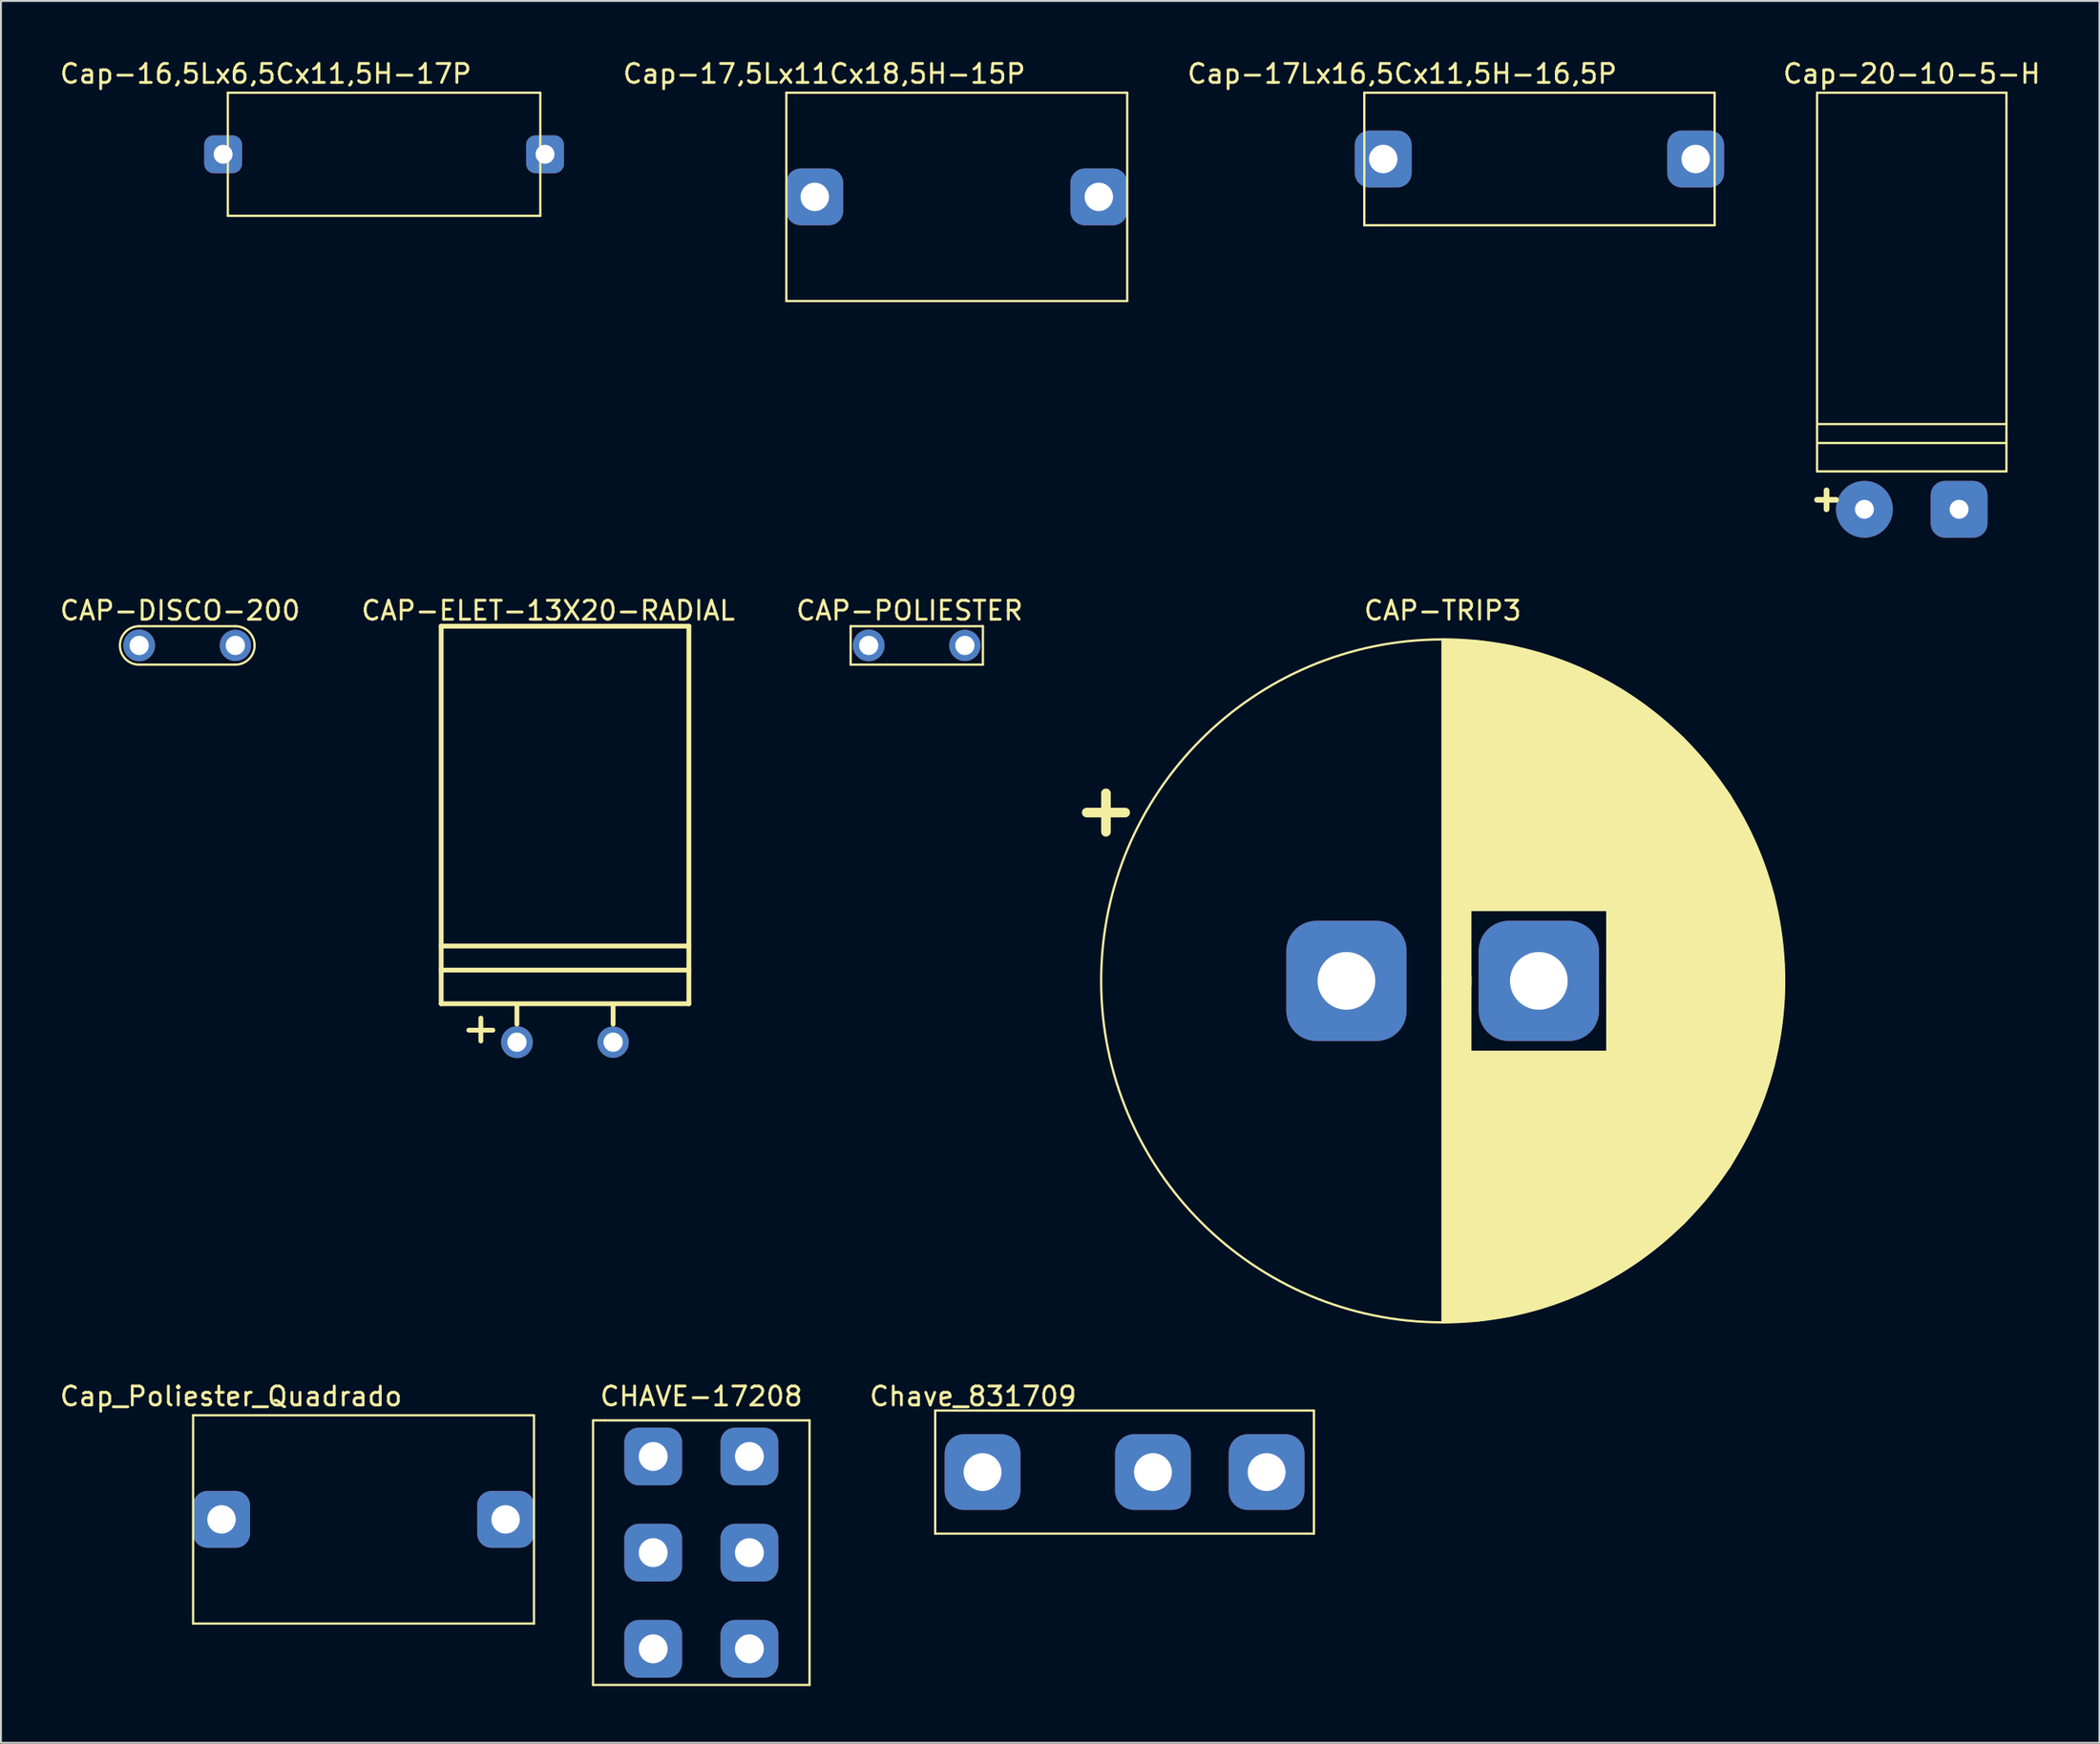
<source format=kicad_pcb>
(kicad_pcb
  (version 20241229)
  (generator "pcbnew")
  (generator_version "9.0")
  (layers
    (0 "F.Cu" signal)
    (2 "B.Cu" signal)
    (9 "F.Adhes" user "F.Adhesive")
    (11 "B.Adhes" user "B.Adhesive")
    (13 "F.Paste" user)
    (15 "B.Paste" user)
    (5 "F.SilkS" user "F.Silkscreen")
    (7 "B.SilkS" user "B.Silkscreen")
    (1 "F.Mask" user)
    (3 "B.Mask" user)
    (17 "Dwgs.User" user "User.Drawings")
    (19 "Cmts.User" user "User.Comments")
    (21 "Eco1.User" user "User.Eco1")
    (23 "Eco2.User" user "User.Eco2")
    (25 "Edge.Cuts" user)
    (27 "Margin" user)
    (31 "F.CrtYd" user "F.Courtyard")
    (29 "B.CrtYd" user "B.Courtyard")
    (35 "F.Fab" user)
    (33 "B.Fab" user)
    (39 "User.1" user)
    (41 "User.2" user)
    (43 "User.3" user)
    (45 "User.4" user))
  (footprint "Cap_Poliester_Quadrado"
    (layer "F.Cu")
    (at 7.149 82.697)
    (property "Reference" "Cap_Poliester_Quadrado" (at 2 -12 0) (layer "F.SilkS") (effects (font (size 1 1) (thickness 0.15))))
    (attr through_hole)
    (fp_line (start 0 -11) (end 18 -11) (stroke (width 0.12) (type solid)) (layer "F.SilkS"))
    (fp_line (start 0 0) (end 0 -11) (stroke (width 0.12) (type solid)) (layer "F.SilkS"))
    (fp_line (start 18 -11) (end 18 0) (stroke (width 0.12) (type solid)) (layer "F.SilkS"))
    (fp_line (start 18 0) (end 0 0) (stroke (width 0.12) (type solid)) (layer "F.SilkS"))
    (pad "1" thru_hole roundrect (at 1.5 -5.5) (size 3 3) (drill 1.5) (layers "*.Cu" "*.Mask") (roundrect_rratio 0.25))
    (pad "2" thru_hole roundrect (at 16.5 -5.5) (size 3 3) (drill 1.5) (layers "*.Cu" "*.Mask") (roundrect_rratio 0.25)))
  (footprint "Cap-20-10-5-H"
    (layer "F.Cu")
    (at 97.905 21.848)
    (property "Reference" "Cap-20-10-5-H" (at 0 -21 0) (layer "F.SilkS") (effects (font (size 1 1) (thickness 0.15))))
    (attr through_hole)
    (fp_line (start -5 -20) (end -5 0) (stroke (width 0.12) (type solid)) (layer "F.SilkS"))
    (fp_line (start -5 -1.5) (end 5 -1.5) (stroke (width 0.12) (type solid)) (layer "F.SilkS"))
    (fp_line (start -5 0) (end 5 0) (stroke (width 0.12) (type solid)) (layer "F.SilkS"))
    (fp_line (start -5 1.5) (end -4 1.5) (stroke (width 0.3) (type solid)) (layer "F.SilkS"))
    (fp_line (start -4.5 1) (end -4.5 2) (stroke (width 0.3) (type solid)) (layer "F.SilkS"))
    (fp_line (start 5 -20) (end -5 -20) (stroke (width 0.12) (type solid)) (layer "F.SilkS"))
    (fp_line (start 5 -2.5) (end -5 -2.5) (stroke (width 0.12) (type solid)) (layer "F.SilkS"))
    (fp_line (start 5 0) (end 5 -20) (stroke (width 0.12) (type solid)) (layer "F.SilkS"))
    (pad "1" thru_hole circle (at -2.5 2) (size 3 3) (drill 1) (layers "*.Cu" "*.Mask"))
    (pad "2" thru_hole roundrect (at 2.5 2) (size 3 3) (drill 1) (layers "*.Cu" "*.Mask") (roundrect_rratio 0.25)))
  (footprint "Cap-17,5Lx11Cx18,5H-15P"
    (layer "F.Cu")
    (at 38.476 12.848)
    (property "Reference" "Cap-17,5Lx11Cx18,5H-15P" (at 2 -12 0) (layer "F.SilkS") (effects (font (size 1 1) (thickness 0.15))))
    (attr through_hole)
    (fp_line (start 0 -11) (end 18 -11) (stroke (width 0.12) (type solid)) (layer "F.SilkS"))
    (fp_line (start 0 0) (end 0 -11) (stroke (width 0.12) (type solid)) (layer "F.SilkS"))
    (fp_line (start 18 -11) (end 18 0) (stroke (width 0.12) (type solid)) (layer "F.SilkS"))
    (fp_line (start 18 0) (end 0 0) (stroke (width 0.12) (type solid)) (layer "F.SilkS"))
    (pad "1" thru_hole roundrect (at 1.5 -5.5) (size 3 3) (drill 1.5) (layers "*.Cu" "*.Mask") (roundrect_rratio 0.25))
    (pad "2" thru_hole roundrect (at 16.5 -5.5) (size 3 3) (drill 1.5) (layers "*.Cu" "*.Mask") (roundrect_rratio 0.25)))
  (footprint "CHAVE-17208"
    (layer "F.Cu")
    (at 31.444 78.952)
    (property "Reference" "CHAVE-17208" (at 2.54 -8.255 0) (layer "F.SilkS") (effects (font (size 1 1) (thickness 0.15))))
    (attr through_hole)
    (fp_line (start -3.175 -6.985) (end -3.175 6.985) (stroke (width 0.12) (type solid)) (layer "F.SilkS"))
    (fp_line (start -3.175 6.985) (end 8.255 6.985) (stroke (width 0.12) (type solid)) (layer "F.SilkS"))
    (fp_line (start -2.54 -6.985) (end -3.175 -6.985) (stroke (width 0.12) (type solid)) (layer "F.SilkS"))
    (fp_line (start 8.255 -6.985) (end -2.54 -6.985) (stroke (width 0.12) (type solid)) (layer "F.SilkS"))
    (fp_line (start 8.255 6.985) (end 8.255 -6.985) (stroke (width 0.12) (type solid)) (layer "F.SilkS"))
    (pad "1" thru_hole roundrect (at 0 -5.08) (size 3.048 3.048) (drill 1.524) (layers "*.Cu" "*.Mask") (roundrect_rratio 0.25))
    (pad "2" thru_hole roundrect (at 5.08 -5.08) (size 3.048 3.048) (drill 1.524) (layers "*.Cu" "*.Mask") (roundrect_rratio 0.25))
    (pad "3" thru_hole roundrect (at 0 0) (size 3.048 3.048) (drill 1.524) (layers "*.Cu" "*.Mask") (roundrect_rratio 0.25))
    (pad "4" thru_hole roundrect (at 5.08 0) (size 3.048 3.048) (drill 1.524) (layers "*.Cu" "*.Mask") (roundrect_rratio 0.25))
    (pad "5" thru_hole roundrect (at 0 5.08) (size 3.048 3.048) (drill 1.524) (layers "*.Cu" "*.Mask") (roundrect_rratio 0.25))
    (pad "6" thru_hole roundrect (at 5.08 5.08) (size 3.048 3.048) (drill 1.524) (layers "*.Cu" "*.Mask") (roundrect_rratio 0.25)))
  (footprint "Cap-16,5Lx6,5Cx11,5H-17P"
    (layer "F.Cu")
    (at 8.982 8.348)
    (property "Reference" "Cap-16,5Lx6,5Cx11,5H-17P" (at 2 -7.5 0) (layer "F.SilkS") (effects (font (size 1 1) (thickness 0.15))))
    (attr through_hole)
    (fp_line (start 0 -6.5) (end 16.5 -6.5) (stroke (width 0.12) (type solid)) (layer "F.SilkS"))
    (fp_line (start 0 0) (end 0 -6.5) (stroke (width 0.12) (type solid)) (layer "F.SilkS"))
    (fp_line (start 16.5 -6.5) (end 16.5 0) (stroke (width 0.12) (type solid)) (layer "F.SilkS"))
    (fp_line (start 16.5 0) (end 0 0) (stroke (width 0.12) (type solid)) (layer "F.SilkS"))
    (pad "1" thru_hole roundrect (at -0.25 -3.25) (size 2 2) (drill 1) (layers "*.Cu" "*.Mask") (roundrect_rratio 0.25))
    (pad "2" thru_hole roundrect (at 16.75 -3.25) (size 2 2) (drill 1) (layers "*.Cu" "*.Mask") (roundrect_rratio 0.25)))
  (footprint "CAP-TRIP3"
    (layer "F.Cu")
    (at 73.133 55.105)
    (property "Reference" "CAP-TRIP3" (at 0 -25.908 0) (layer "F.SilkS") (effects (font (size 1 1) (thickness 0.15))))
    (attr through_hole)
    (fp_line (start -18.796 -15.24) (end -16.764 -15.24) (stroke (width 0.508) (type solid)) (layer "F.SilkS"))
    (fp_line (start -17.78 -16.256) (end -17.78 -14.224) (stroke (width 0.508) (type solid)) (layer "F.SilkS"))
    (fp_line (start 0 11.684) (end 0 -24.384) (stroke (width 0.12) (type solid)) (layer "F.SilkS"))
    (fp_circle (center 0 -6.35) (end 18.034 -6.35) (stroke (width 0.12) (type solid)) (fill no) (layer "F.SilkS"))
    (fp_poly (pts (xy 0 -6.604) (xy 1.473 -6.604) (xy 1.47 -3.365) (xy 1.473 -2.616) (xy 8.687 -2.616) (xy 8.687 -6.617) (xy 18.009 -6.604) (xy 18.009 -5.436) (xy 17.805 -3.531) (xy 17.475 -1.854) (xy 16.866 0) (xy 16.129 1.702) (xy 15.164 3.454) (xy 13.868 5.182) (xy 12.725 6.452) (xy 11.354 7.645) (xy 10.236 8.484) (xy 8.661 9.449) (xy 7.264 10.16) (xy 5.182 10.922) (xy 3.632 11.328) (xy 1.93 11.582) (xy 0 11.684)) (stroke (width 0.1) (type solid)) (fill yes) (layer "F.SilkS"))
    (fp_poly (pts (xy 0 -6.096) (xy 1.473 -6.096) (xy 1.47 -9.335) (xy 1.473 -10.084) (xy 8.687 -10.084) (xy 8.687 -6.083) (xy 18.009 -6.096) (xy 18.009 -7.264) (xy 17.805 -9.169) (xy 17.475 -10.846) (xy 16.866 -12.7) (xy 16.129 -14.402) (xy 15.164 -16.154) (xy 13.868 -17.882) (xy 12.725 -19.152) (xy 11.354 -20.345) (xy 10.236 -21.184) (xy 8.661 -22.149) (xy 7.264 -22.86) (xy 5.182 -23.622) (xy 3.632 -24.028) (xy 1.93 -24.282) (xy 0 -24.384)) (stroke (width 0.1) (type solid)) (fill yes) (layer "F.SilkS"))
    (pad "1" thru_hole roundrect (at -5.08 -6.35) (size 6.35 6.35) (drill 3.048) (layers "*.Cu" "*.Mask") (roundrect_rratio 0.25))
    (pad "2" thru_hole roundrect (at 5.08 -6.35) (size 6.35 6.35) (drill 3.048) (layers "*.Cu" "*.Mask") (roundrect_rratio 0.25)))
  (footprint "Cap-17Lx16,5Cx11,5H-16,5P"
    (layer "F.Cu")
    (at 68.495 10.848)
    (property "Reference" "Cap-17Lx16,5Cx11,5H-16,5P" (at 2.5 -10 0) (layer "F.SilkS") (effects (font (size 1 1) (thickness 0.15))))
    (attr through_hole)
    (fp_line (start 0.5 -9) (end 19 -9) (stroke (width 0.12) (type solid)) (layer "F.SilkS"))
    (fp_line (start 0.5 -2) (end 0.5 -9) (stroke (width 0.12) (type solid)) (layer "F.SilkS"))
    (fp_line (start 19 -9) (end 19 -2) (stroke (width 0.12) (type solid)) (layer "F.SilkS"))
    (fp_line (start 19 -2) (end 0.5 -2) (stroke (width 0.12) (type solid)) (layer "F.SilkS"))
    (pad "1" thru_hole roundrect (at 1.5 -5.5) (size 3 3) (drill 1.5) (layers "*.Cu" "*.Mask") (roundrect_rratio 0.25))
    (pad "2" thru_hole roundrect (at 18 -5.5) (size 3 3) (drill 1.5) (layers "*.Cu" "*.Mask") (roundrect_rratio 0.25)))
  (footprint "CAP-POLIESTER"
    (layer "F.Cu")
    (at 42.823 34.213)
    (property "Reference" "CAP-POLIESTER" (at 2.159 -5.016 0) (layer "F.SilkS") (effects (font (size 1 1) (thickness 0.15))))
    (attr through_hole)
    (fp_line (start -0.953 -4.191) (end 6.032 -4.191) (stroke (width 0.12) (type solid)) (layer "F.SilkS"))
    (fp_line (start -0.953 -2.159) (end -0.953 -4.191) (stroke (width 0.12) (type solid)) (layer "F.SilkS"))
    (fp_line (start 6.032 -4.191) (end 6.032 -2.159) (stroke (width 0.12) (type solid)) (layer "F.SilkS"))
    (fp_line (start 6.032 -2.159) (end -0.953 -2.159) (stroke (width 0.12) (type solid)) (layer "F.SilkS"))
    (pad "1" thru_hole circle (at 0 -3.175) (size 1.676 1.676) (drill 1.016) (layers "*.Cu" "*.Mask"))
    (pad "2" thru_hole circle (at 5.08 -3.175) (size 1.651 1.651) (drill 1.016) (layers "*.Cu" "*.Mask")))
  (footprint "Chave_831709"
    (layer "F.Cu")
    (at 48.836 74.697)
    (property "Reference" "Chave_831709" (at -0.5 -4 0) (layer "F.SilkS") (effects (font (size 1 1) (thickness 0.15))))
    (attr through_hole)
    (fp_line (start -2.5 -3.25) (end 17.5 -3.25) (stroke (width 0.12) (type solid)) (layer "F.SilkS"))
    (fp_line (start -2.5 3.25) (end -2.5 -3.25) (stroke (width 0.12) (type solid)) (layer "F.SilkS"))
    (fp_line (start -2.5 3.25) (end 17.5 3.25) (stroke (width 0.12) (type solid)) (layer "F.SilkS"))
    (fp_line (start 17.5 3.25) (end 17.5 -3.25) (stroke (width 0.12) (type solid)) (layer "F.SilkS"))
    (pad "1" thru_hole roundrect (at 15 0) (size 4 4) (drill 2) (layers "*.Cu" "*.Mask") (roundrect_rratio 0.25))
    (pad "2" thru_hole roundrect (at 9 0) (size 4 4) (drill 2) (layers "*.Cu" "*.Mask") (roundrect_rratio 0.25))
    (pad "3" thru_hole roundrect (at 0 0) (size 4 4) (drill 2) (layers "*.Cu" "*.Mask") (roundrect_rratio 0.25)))
  (footprint "CAP-DISCO-200"
    (layer "F.Cu")
    (at 4.299 34.213)
    (property "Reference" "CAP-DISCO-200" (at 2.159 -5.016 0) (layer "F.SilkS") (effects (font (size 1 1) (thickness 0.15))))
    (attr through_hole)
    (fp_line (start 0 -4.191) (end 5.08 -4.191) (stroke (width 0.12) (type solid)) (layer "F.SilkS"))
    (fp_line (start 5.08 -2.159) (end 0 -2.159) (stroke (width 0.12) (type solid)) (layer "F.SilkS"))
    (fp_arc (start 0 -2.159) (mid -1.016 -3.175) (end 0 -4.191) (stroke (width 0.12) (type solid)) (layer "F.SilkS"))
    (fp_arc (start 5.08 -4.191) (mid 6.096 -3.175) (end 5.08 -2.159) (stroke (width 0.12) (type solid)) (layer "F.SilkS"))
    (pad "1" thru_hole circle (at 0 -3.175) (size 1.676 1.676) (drill 1.016) (layers "*.Cu" "*.Mask"))
    (pad "2" thru_hole circle (at 5.08 -3.175) (size 1.651 1.651) (drill 1.016) (layers "*.Cu" "*.Mask")))
  (footprint "CAP-ELET-13X20-RADIAL"
    (layer "F.Cu")
    (at 24.248 55.168)
    (property "Reference" "CAP-ELET-13X20-RADIAL" (at 1.651 -25.971 0) (layer "F.SilkS") (effects (font (size 1 1) (thickness 0.15))))
    (attr through_hole)
    (fp_line (start -4 -25.146) (end 9.081 -25.146) (stroke (width 0.254) (type solid)) (layer "F.SilkS"))
    (fp_line (start -4 -8.255) (end 9.081 -8.255) (stroke (width 0.254) (type solid)) (layer "F.SilkS"))
    (fp_line (start -4 -6.985) (end 9.081 -6.985) (stroke (width 0.254) (type solid)) (layer "F.SilkS"))
    (fp_line (start -4 -5.207) (end -4 -25.146) (stroke (width 0.254) (type solid)) (layer "F.SilkS"))
    (fp_line (start -2.54 -3.81) (end -1.27 -3.81) (stroke (width 0.254) (type solid)) (layer "F.SilkS"))
    (fp_line (start -1.905 -4.445) (end -1.905 -3.239) (stroke (width 0.254) (type solid)) (layer "F.SilkS"))
    (fp_line (start 0 -5.144) (end 0 -4.128) (stroke (width 0.254) (type solid)) (layer "F.SilkS"))
    (fp_line (start 5.08 -5.144) (end 5.08 -4.128) (stroke (width 0.254) (type solid)) (layer "F.SilkS"))
    (fp_line (start 9.081 -25.146) (end 9.081 -5.207) (stroke (width 0.254) (type solid)) (layer "F.SilkS"))
    (fp_line (start 9.081 -5.207) (end -4 -5.207) (stroke (width 0.254) (type solid)) (layer "F.SilkS"))
    (pad "1" thru_hole circle (at 0 -3.175) (size 1.676 1.676) (drill 1.016) (layers "*.Cu" "*.Mask"))
    (pad "2" thru_hole circle (at 5.08 -3.175) (size 1.651 1.651) (drill 1.016) (layers "*.Cu" "*.Mask")))
  (gr_rect
    (start -3 -3)
    (end 107.816 88.997)
    (stroke (width 0.1) (type default))
    (fill no)
    (layer "Edge.Cuts")))
</source>
